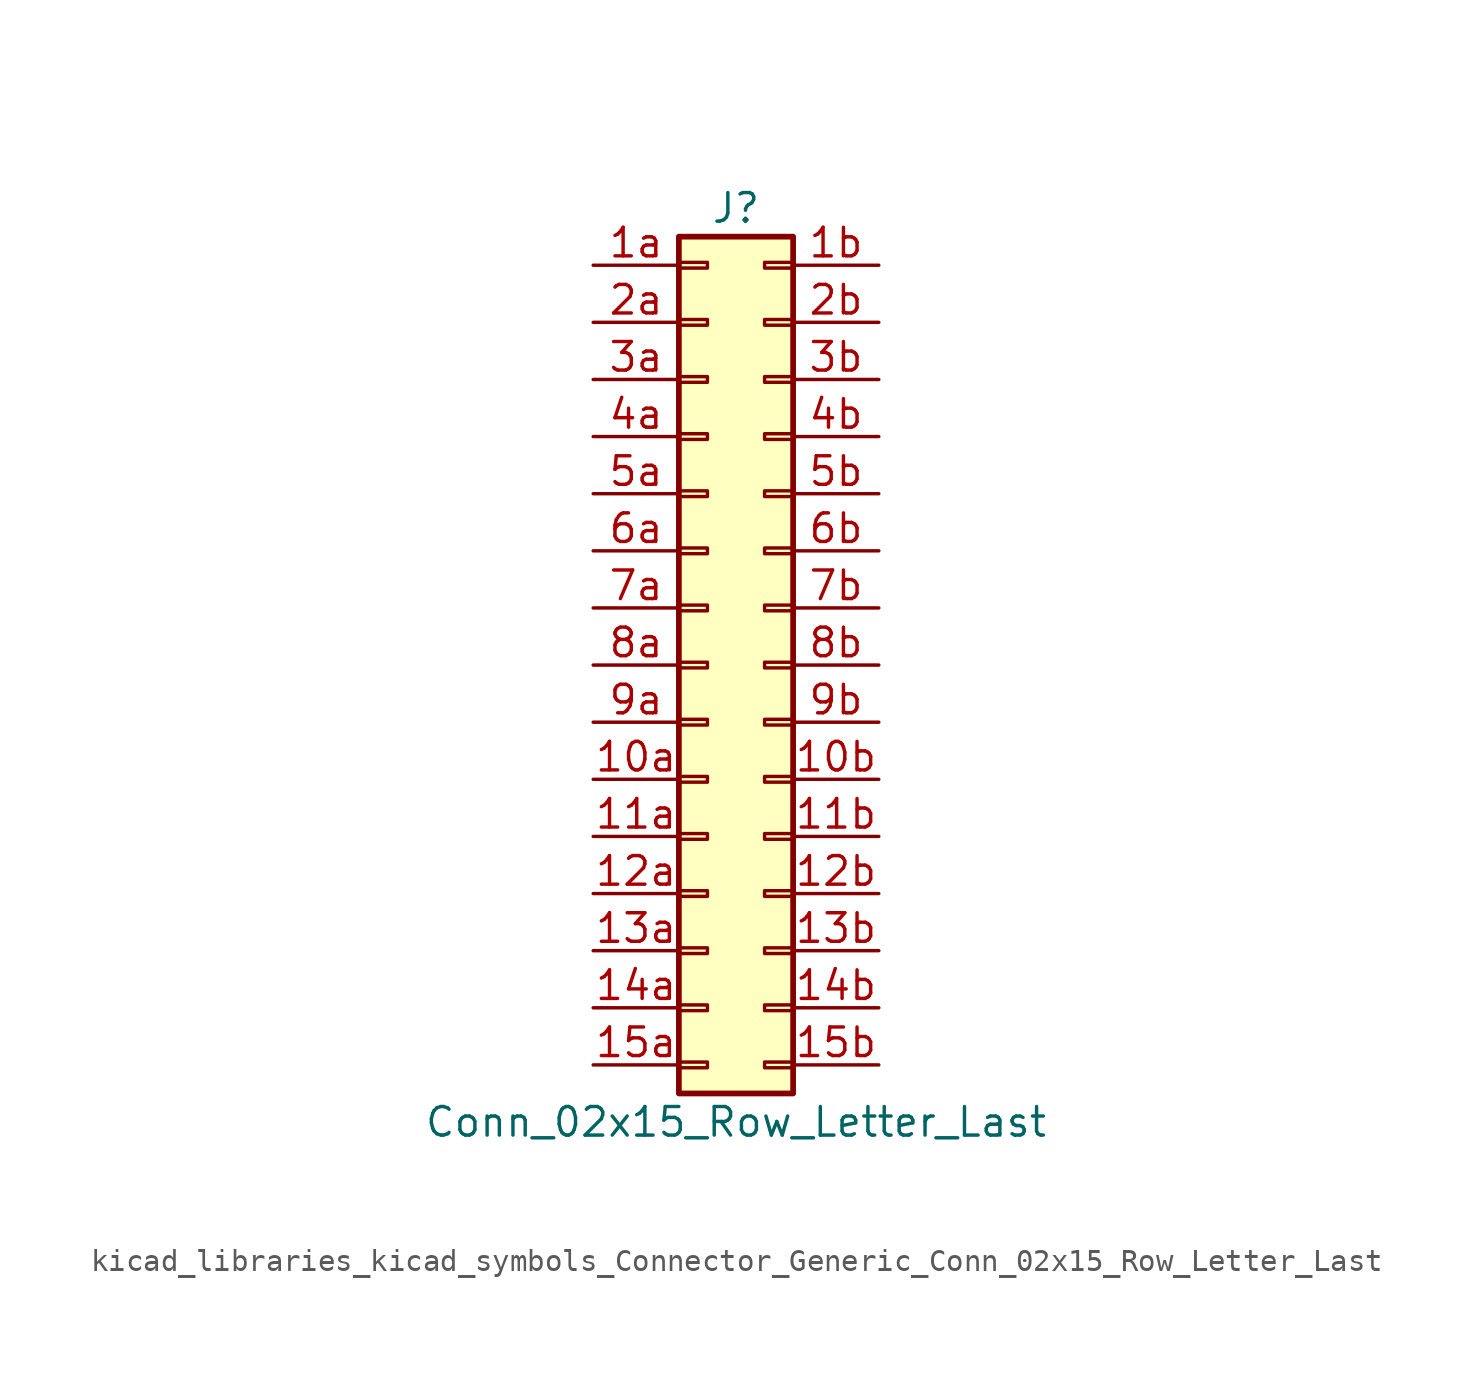
<source format=kicad_sym>
(kicad_symbol_lib
  (version 20220914)
  (generator kicad_symbol_editor)
  (symbol "kicad_libraries_kicad_symbols_Connector_Generic_Conn_02x15_Row_Letter_Last"
    (pin_names
      (offset 1.016) hide)
    (property "Reference" "J"
      (at 1.27 20.32 0)
      (effects (font (size 1.27 1.27))))
    (property "Value" "Conn_02x15_Row_Letter_Last"
      (at 1.27 -20.32 0)
      (effects (font (size 1.27 1.27))))
    (symbol "kicad_libraries_kicad_symbols_Connector_Generic_Conn_02x15_Row_Letter_Last_1_1"
      (rectangle (start -1.27 -17.653) (end 0 -17.907) (stroke (width 0.152) (type default)) (fill (type none)))
      (rectangle (start -1.27 -15.113) (end 0 -15.367) (stroke (width 0.152) (type default)) (fill (type none)))
      (rectangle (start -1.27 -12.573) (end 0 -12.827) (stroke (width 0.152) (type default)) (fill (type none)))
      (rectangle (start -1.27 -10.033) (end 0 -10.287) (stroke (width 0.152) (type default)) (fill (type none)))
      (rectangle (start -1.27 -7.493) (end 0 -7.747) (stroke (width 0.152) (type default)) (fill (type none)))
      (rectangle (start -1.27 -4.953) (end 0 -5.207) (stroke (width 0.152) (type default)) (fill (type none)))
      (rectangle (start -1.27 -2.413) (end 0 -2.667) (stroke (width 0.152) (type default)) (fill (type none)))
      (rectangle (start -1.27 0.127) (end 0 -0.127) (stroke (width 0.152) (type default)) (fill (type none)))
      (rectangle (start -1.27 2.667) (end 0 2.413) (stroke (width 0.152) (type default)) (fill (type none)))
      (rectangle (start -1.27 5.207) (end 0 4.953) (stroke (width 0.152) (type default)) (fill (type none)))
      (rectangle (start -1.27 7.747) (end 0 7.493) (stroke (width 0.152) (type default)) (fill (type none)))
      (rectangle (start -1.27 10.287) (end 0 10.033) (stroke (width 0.152) (type default)) (fill (type none)))
      (rectangle (start -1.27 12.827) (end 0 12.573) (stroke (width 0.152) (type default)) (fill (type none)))
      (rectangle (start -1.27 15.367) (end 0 15.113) (stroke (width 0.152) (type default)) (fill (type none)))
      (rectangle (start -1.27 17.907) (end 0 17.653) (stroke (width 0.152) (type default)) (fill (type none)))
      (rectangle (start -1.27 19.05) (end 3.81 -19.05) (stroke (width 0.254) (type default)) (fill (type background)))
      (rectangle (start 3.81 -17.653) (end 2.54 -17.907) (stroke (width 0.152) (type default)) (fill (type none)))
      (rectangle (start 3.81 -15.113) (end 2.54 -15.367) (stroke (width 0.152) (type default)) (fill (type none)))
      (rectangle (start 3.81 -12.573) (end 2.54 -12.827) (stroke (width 0.152) (type default)) (fill (type none)))
      (rectangle (start 3.81 -10.033) (end 2.54 -10.287) (stroke (width 0.152) (type default)) (fill (type none)))
      (rectangle (start 3.81 -7.493) (end 2.54 -7.747) (stroke (width 0.152) (type default)) (fill (type none)))
      (rectangle (start 3.81 -4.953) (end 2.54 -5.207) (stroke (width 0.152) (type default)) (fill (type none)))
      (rectangle (start 3.81 -2.413) (end 2.54 -2.667) (stroke (width 0.152) (type default)) (fill (type none)))
      (rectangle (start 3.81 0.127) (end 2.54 -0.127) (stroke (width 0.152) (type default)) (fill (type none)))
      (rectangle (start 3.81 2.667) (end 2.54 2.413) (stroke (width 0.152) (type default)) (fill (type none)))
      (rectangle (start 3.81 5.207) (end 2.54 4.953) (stroke (width 0.152) (type default)) (fill (type none)))
      (rectangle (start 3.81 7.747) (end 2.54 7.493) (stroke (width 0.152) (type default)) (fill (type none)))
      (rectangle (start 3.81 10.287) (end 2.54 10.033) (stroke (width 0.152) (type default)) (fill (type none)))
      (rectangle (start 3.81 12.827) (end 2.54 12.573) (stroke (width 0.152) (type default)) (fill (type none)))
      (rectangle (start 3.81 15.367) (end 2.54 15.113) (stroke (width 0.152) (type default)) (fill (type none)))
      (rectangle (start 3.81 17.907) (end 2.54 17.653) (stroke (width 0.152) (type default)) (fill (type none)))
      (pin passive line (at -5.08 -5.08 0) (length 3.81) (name "Pin_10a" (effects (font (size 1.27 1.27)))) (number "10a" (effects (font (size 1.27 1.27)))))
      (pin passive line (at 7.62 -5.08 180) (length 3.81) (name "Pin_10b" (effects (font (size 1.27 1.27)))) (number "10b" (effects (font (size 1.27 1.27)))))
      (pin passive line (at -5.08 -7.62 0) (length 3.81) (name "Pin_11a" (effects (font (size 1.27 1.27)))) (number "11a" (effects (font (size 1.27 1.27)))))
      (pin passive line (at 7.62 -7.62 180) (length 3.81) (name "Pin_11b" (effects (font (size 1.27 1.27)))) (number "11b" (effects (font (size 1.27 1.27)))))
      (pin passive line (at -5.08 -10.16 0) (length 3.81) (name "Pin_12a" (effects (font (size 1.27 1.27)))) (number "12a" (effects (font (size 1.27 1.27)))))
      (pin passive line (at 7.62 -10.16 180) (length 3.81) (name "Pin_12b" (effects (font (size 1.27 1.27)))) (number "12b" (effects (font (size 1.27 1.27)))))
      (pin passive line (at -5.08 -12.7 0) (length 3.81) (name "Pin_13a" (effects (font (size 1.27 1.27)))) (number "13a" (effects (font (size 1.27 1.27)))))
      (pin passive line (at 7.62 -12.7 180) (length 3.81) (name "Pin_13b" (effects (font (size 1.27 1.27)))) (number "13b" (effects (font (size 1.27 1.27)))))
      (pin passive line (at -5.08 -15.24 0) (length 3.81) (name "Pin_14a" (effects (font (size 1.27 1.27)))) (number "14a" (effects (font (size 1.27 1.27)))))
      (pin passive line (at 7.62 -15.24 180) (length 3.81) (name "Pin_14b" (effects (font (size 1.27 1.27)))) (number "14b" (effects (font (size 1.27 1.27)))))
      (pin passive line (at -5.08 -17.78 0) (length 3.81) (name "Pin_15a" (effects (font (size 1.27 1.27)))) (number "15a" (effects (font (size 1.27 1.27)))))
      (pin passive line (at 7.62 -17.78 180) (length 3.81) (name "Pin_15b" (effects (font (size 1.27 1.27)))) (number "15b" (effects (font (size 1.27 1.27)))))
      (pin passive line (at -5.08 17.78 0) (length 3.81) (name "Pin_1a" (effects (font (size 1.27 1.27)))) (number "1a" (effects (font (size 1.27 1.27)))))
      (pin passive line (at 7.62 17.78 180) (length 3.81) (name "Pin_1b" (effects (font (size 1.27 1.27)))) (number "1b" (effects (font (size 1.27 1.27)))))
      (pin passive line (at -5.08 15.24 0) (length 3.81) (name "Pin_2a" (effects (font (size 1.27 1.27)))) (number "2a" (effects (font (size 1.27 1.27)))))
      (pin passive line (at 7.62 15.24 180) (length 3.81) (name "Pin_2b" (effects (font (size 1.27 1.27)))) (number "2b" (effects (font (size 1.27 1.27)))))
      (pin passive line (at -5.08 12.7 0) (length 3.81) (name "Pin_3a" (effects (font (size 1.27 1.27)))) (number "3a" (effects (font (size 1.27 1.27)))))
      (pin passive line (at 7.62 12.7 180) (length 3.81) (name "Pin_3b" (effects (font (size 1.27 1.27)))) (number "3b" (effects (font (size 1.27 1.27)))))
      (pin passive line (at -5.08 10.16 0) (length 3.81) (name "Pin_4a" (effects (font (size 1.27 1.27)))) (number "4a" (effects (font (size 1.27 1.27)))))
      (pin passive line (at 7.62 10.16 180) (length 3.81) (name "Pin_4b" (effects (font (size 1.27 1.27)))) (number "4b" (effects (font (size 1.27 1.27)))))
      (pin passive line (at -5.08 7.62 0) (length 3.81) (name "Pin_5a" (effects (font (size 1.27 1.27)))) (number "5a" (effects (font (size 1.27 1.27)))))
      (pin passive line (at 7.62 7.62 180) (length 3.81) (name "Pin_5b" (effects (font (size 1.27 1.27)))) (number "5b" (effects (font (size 1.27 1.27)))))
      (pin passive line (at -5.08 5.08 0) (length 3.81) (name "Pin_6a" (effects (font (size 1.27 1.27)))) (number "6a" (effects (font (size 1.27 1.27)))))
      (pin passive line (at 7.62 5.08 180) (length 3.81) (name "Pin_6b" (effects (font (size 1.27 1.27)))) (number "6b" (effects (font (size 1.27 1.27)))))
      (pin passive line (at -5.08 2.54 0) (length 3.81) (name "Pin_7a" (effects (font (size 1.27 1.27)))) (number "7a" (effects (font (size 1.27 1.27)))))
      (pin passive line (at 7.62 2.54 180) (length 3.81) (name "Pin_7b" (effects (font (size 1.27 1.27)))) (number "7b" (effects (font (size 1.27 1.27)))))
      (pin passive line (at -5.08 0 0) (length 3.81) (name "Pin_8a" (effects (font (size 1.27 1.27)))) (number "8a" (effects (font (size 1.27 1.27)))))
      (pin passive line (at 7.62 0 180) (length 3.81) (name "Pin_8b" (effects (font (size 1.27 1.27)))) (number "8b" (effects (font (size 1.27 1.27)))))
      (pin passive line (at -5.08 -2.54 0) (length 3.81) (name "Pin_9a" (effects (font (size 1.27 1.27)))) (number "9a" (effects (font (size 1.27 1.27)))))
      (pin passive line (at 7.62 -2.54 180) (length 3.81) (name "Pin_9b" (effects (font (size 1.27 1.27)))) (number "9b" (effects (font (size 1.27 1.27))))))))
</source>
